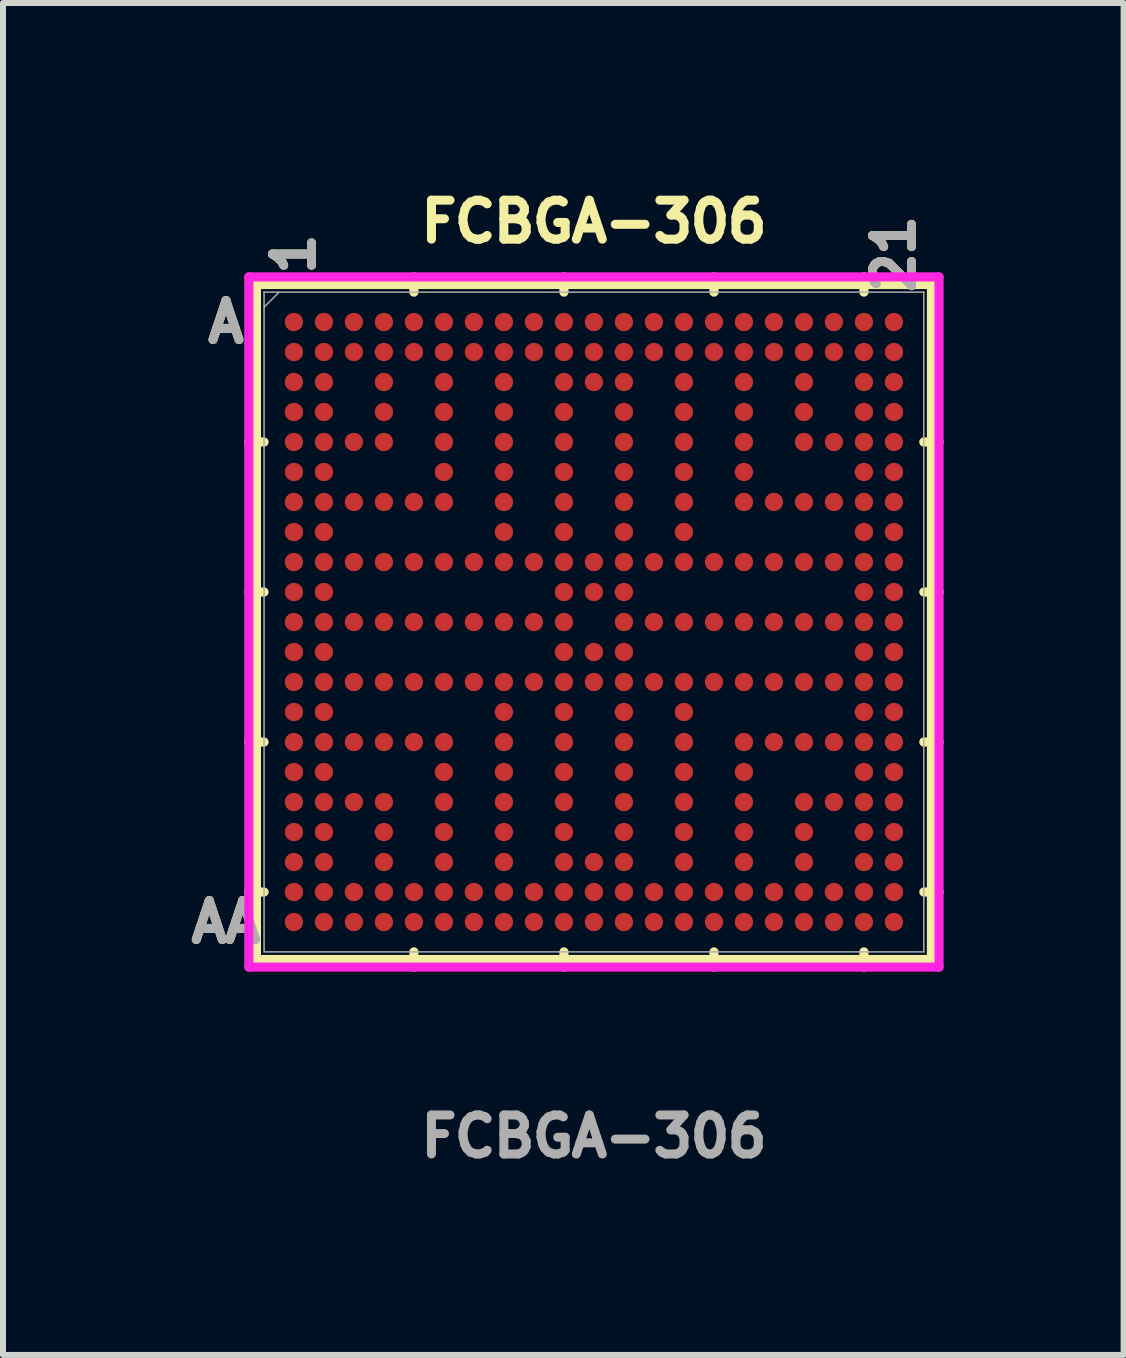
<source format=kicad_pcb>
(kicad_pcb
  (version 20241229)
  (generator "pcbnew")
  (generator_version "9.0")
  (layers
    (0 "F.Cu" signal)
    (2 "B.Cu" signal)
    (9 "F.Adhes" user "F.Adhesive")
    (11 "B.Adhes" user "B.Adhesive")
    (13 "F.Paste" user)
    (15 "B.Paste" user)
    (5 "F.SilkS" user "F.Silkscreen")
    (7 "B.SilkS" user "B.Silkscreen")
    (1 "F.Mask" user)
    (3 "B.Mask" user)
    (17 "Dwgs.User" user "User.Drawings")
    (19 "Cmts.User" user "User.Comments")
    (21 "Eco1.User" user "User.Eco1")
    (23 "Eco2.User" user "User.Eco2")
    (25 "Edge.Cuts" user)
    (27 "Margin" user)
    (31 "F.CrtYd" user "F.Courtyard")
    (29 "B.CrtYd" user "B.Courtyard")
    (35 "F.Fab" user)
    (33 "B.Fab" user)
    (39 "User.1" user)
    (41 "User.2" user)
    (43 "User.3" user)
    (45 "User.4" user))
  (footprint "FCBGA-306"
    (layer "F.Cu")
    (at 6.851 7.319)
    (property "Reference" "FCBGA-306" (at 0 -6.675 0) (unlocked yes) (layer "F.SilkS") (effects (font (size 0.65 0.65) (thickness 0.15))))
    (attr smd)
    (fp_line (start -5.626 -5.626) (end -5.626 5.626) (stroke (width 0.152) (type solid)) (layer "F.SilkS"))
    (fp_line (start -5.626 5.626) (end 5.626 5.626) (stroke (width 0.152) (type solid)) (layer "F.SilkS"))
    (fp_line (start -5.499 -3.001) (end -5.753 -3.001) (stroke (width 0.152) (type solid)) (layer "F.SilkS"))
    (fp_line (start -5.499 -0.5) (end -5.753 -0.5) (stroke (width 0.152) (type solid)) (layer "F.SilkS"))
    (fp_line (start -5.499 2.001) (end -5.753 2.001) (stroke (width 0.152) (type solid)) (layer "F.SilkS"))
    (fp_line (start -5.499 4.501) (end -5.753 4.501) (stroke (width 0.152) (type solid)) (layer "F.SilkS"))
    (fp_line (start -3.001 -5.499) (end -3.001 -5.753) (stroke (width 0.152) (type solid)) (layer "F.SilkS"))
    (fp_line (start -3.001 5.499) (end -3.001 5.753) (stroke (width 0.152) (type solid)) (layer "F.SilkS"))
    (fp_line (start -0.5 -5.499) (end -0.5 -5.753) (stroke (width 0.152) (type solid)) (layer "F.SilkS"))
    (fp_line (start -0.5 5.499) (end -0.5 5.753) (stroke (width 0.152) (type solid)) (layer "F.SilkS"))
    (fp_line (start 2.001 -5.499) (end 2.001 -5.753) (stroke (width 0.152) (type solid)) (layer "F.SilkS"))
    (fp_line (start 2.001 5.499) (end 2.001 5.753) (stroke (width 0.152) (type solid)) (layer "F.SilkS"))
    (fp_line (start 4.501 -5.499) (end 4.501 -5.753) (stroke (width 0.152) (type solid)) (layer "F.SilkS"))
    (fp_line (start 4.501 5.499) (end 4.501 5.753) (stroke (width 0.152) (type solid)) (layer "F.SilkS"))
    (fp_line (start 5.499 -3.001) (end 5.753 -3.001) (stroke (width 0.152) (type solid)) (layer "F.SilkS"))
    (fp_line (start 5.499 -0.5) (end 5.753 -0.5) (stroke (width 0.152) (type solid)) (layer "F.SilkS"))
    (fp_line (start 5.499 2.001) (end 5.753 2.001) (stroke (width 0.152) (type solid)) (layer "F.SilkS"))
    (fp_line (start 5.499 4.501) (end 5.753 4.501) (stroke (width 0.152) (type solid)) (layer "F.SilkS"))
    (fp_line (start 5.626 -5.626) (end -5.626 -5.626) (stroke (width 0.152) (type solid)) (layer "F.SilkS"))
    (fp_line (start 5.626 5.626) (end 5.626 -5.626) (stroke (width 0.152) (type solid)) (layer "F.SilkS"))
    (fp_line (start -5.753 -5.753) (end 5.753 -5.753) (stroke (width 0.152) (type solid)) (layer "F.CrtYd"))
    (fp_line (start -5.753 5.753) (end -5.753 -5.753) (stroke (width 0.152) (type solid)) (layer "F.CrtYd"))
    (fp_line (start 5.753 -5.753) (end 5.753 5.753) (stroke (width 0.152) (type solid)) (layer "F.CrtYd"))
    (fp_line (start 5.753 5.753) (end -5.753 5.753) (stroke (width 0.152) (type solid)) (layer "F.CrtYd"))
    (fp_line (start -5.499 -5.499) (end -5.499 5.499) (stroke (width 0.025) (type solid)) (layer "F.Fab"))
    (fp_line (start -5.499 5.499) (end 5.499 5.499) (stroke (width 0.025) (type solid)) (layer "F.Fab"))
    (fp_line (start -5.249 -5.499) (end -5.499 -5.249) (stroke (width 0.025) (type solid)) (layer "F.Fab"))
    (fp_line (start 5.499 -5.499) (end -5.499 -5.499) (stroke (width 0.025) (type solid)) (layer "F.Fab"))
    (fp_line (start 5.499 5.499) (end 5.499 -5.499) (stroke (width 0.025) (type solid)) (layer "F.Fab"))
    (fp_text user "A" (at -6.134 -5.001 0) (unlocked yes) (layer "F.SilkS") (effects (font (size 0.65 0.65) (thickness 0.15))))
    (fp_text user "1" (at -5.001 -6.134 90) (unlocked yes) (layer "F.SilkS") (effects (font (size 0.65 0.65) (thickness 0.15))))
    (fp_text user "21" (at 5.001 -6.134 90) (unlocked yes) (layer "F.SilkS") (effects (font (size 0.65 0.65) (thickness 0.15))))
    (fp_text user "AA" (at -6.134 5.001 0) (unlocked yes) (layer "F.SilkS") (effects (font (size 0.65 0.65) (thickness 0.15))))
    (fp_text user "AA" (at -6.134 5.001 0) (unlocked yes) (layer "F.Fab") (effects (font (size 0.65 0.65) (thickness 0.15))))
    (fp_text user "21" (at 5.001 -6.134 90) (unlocked yes) (layer "F.Fab") (effects (font (size 0.65 0.65) (thickness 0.15))))
    (fp_text user "${REFERENCE}" (at 0 8.575 0) (unlocked yes) (layer "F.Fab") (effects (font (size 0.65 0.65) (thickness 0.15))))
    (fp_text user "1" (at -5.001 -6.134 90) (unlocked yes) (layer "F.Fab") (effects (font (size 0.65 0.65) (thickness 0.15))))
    (fp_text user "A" (at -6.134 -5.001 0) (unlocked yes) (layer "F.Fab") (effects (font (size 0.65 0.65) (thickness 0.15))))
    (pad "A1" smd circle (at -5.001 -5.001) (size 0.305 0.305) (layers "F.Cu" "F.Mask" "F.Paste"))
    (pad "A2" smd circle (at -4.501 -5.001) (size 0.305 0.305) (layers "F.Cu" "F.Mask" "F.Paste"))
    (pad "A3" smd circle (at -4.001 -5.001) (size 0.305 0.305) (layers "F.Cu" "F.Mask" "F.Paste"))
    (pad "A4" smd circle (at -3.501 -5.001) (size 0.305 0.305) (layers "F.Cu" "F.Mask" "F.Paste"))
    (pad "A5" smd circle (at -3.001 -5.001) (size 0.305 0.305) (layers "F.Cu" "F.Mask" "F.Paste"))
    (pad "A6" smd circle (at -2.501 -5.001) (size 0.305 0.305) (layers "F.Cu" "F.Mask" "F.Paste"))
    (pad "A7" smd circle (at -2.001 -5.001) (size 0.305 0.305) (layers "F.Cu" "F.Mask" "F.Paste"))
    (pad "A8" smd circle (at -1.5 -5.001) (size 0.305 0.305) (layers "F.Cu" "F.Mask" "F.Paste"))
    (pad "A9" smd circle (at -1 -5.001) (size 0.305 0.305) (layers "F.Cu" "F.Mask" "F.Paste"))
    (pad "A10" smd circle (at -0.5 -5.001) (size 0.305 0.305) (layers "F.Cu" "F.Mask" "F.Paste"))
    (pad "A11" smd circle (at 0 -5.001) (size 0.305 0.305) (layers "F.Cu" "F.Mask" "F.Paste"))
    (pad "A12" smd circle (at 0.5 -5.001) (size 0.305 0.305) (layers "F.Cu" "F.Mask" "F.Paste"))
    (pad "A13" smd circle (at 1 -5.001) (size 0.305 0.305) (layers "F.Cu" "F.Mask" "F.Paste"))
    (pad "A14" smd circle (at 1.5 -5.001) (size 0.305 0.305) (layers "F.Cu" "F.Mask" "F.Paste"))
    (pad "A15" smd circle (at 2.001 -5.001) (size 0.305 0.305) (layers "F.Cu" "F.Mask" "F.Paste"))
    (pad "A16" smd circle (at 2.501 -5.001) (size 0.305 0.305) (layers "F.Cu" "F.Mask" "F.Paste"))
    (pad "A17" smd circle (at 3.001 -5.001) (size 0.305 0.305) (layers "F.Cu" "F.Mask" "F.Paste"))
    (pad "A18" smd circle (at 3.501 -5.001) (size 0.305 0.305) (layers "F.Cu" "F.Mask" "F.Paste"))
    (pad "A19" smd circle (at 4.001 -5.001) (size 0.305 0.305) (layers "F.Cu" "F.Mask" "F.Paste"))
    (pad "A20" smd circle (at 4.501 -5.001) (size 0.305 0.305) (layers "F.Cu" "F.Mask" "F.Paste"))
    (pad "A21" smd circle (at 5.001 -5.001) (size 0.305 0.305) (layers "F.Cu" "F.Mask" "F.Paste"))
    (pad "AA1" smd circle (at -5.001 5.001) (size 0.305 0.305) (layers "F.Cu" "F.Mask" "F.Paste"))
    (pad "AA2" smd circle (at -4.501 5.001) (size 0.305 0.305) (layers "F.Cu" "F.Mask" "F.Paste"))
    (pad "AA3" smd circle (at -4.001 5.001) (size 0.305 0.305) (layers "F.Cu" "F.Mask" "F.Paste"))
    (pad "AA4" smd circle (at -3.501 5.001) (size 0.305 0.305) (layers "F.Cu" "F.Mask" "F.Paste"))
    (pad "AA5" smd circle (at -3.001 5.001) (size 0.305 0.305) (layers "F.Cu" "F.Mask" "F.Paste"))
    (pad "AA6" smd circle (at -2.501 5.001) (size 0.305 0.305) (layers "F.Cu" "F.Mask" "F.Paste"))
    (pad "AA7" smd circle (at -2.001 5.001) (size 0.305 0.305) (layers "F.Cu" "F.Mask" "F.Paste"))
    (pad "AA8" smd circle (at -1.5 5.001) (size 0.305 0.305) (layers "F.Cu" "F.Mask" "F.Paste"))
    (pad "AA9" smd circle (at -1 5.001) (size 0.305 0.305) (layers "F.Cu" "F.Mask" "F.Paste"))
    (pad "AA10" smd circle (at -0.5 5.001) (size 0.305 0.305) (layers "F.Cu" "F.Mask" "F.Paste"))
    (pad "AA11" smd circle (at 0 5.001) (size 0.305 0.305) (layers "F.Cu" "F.Mask" "F.Paste"))
    (pad "AA12" smd circle (at 0.5 5.001) (size 0.305 0.305) (layers "F.Cu" "F.Mask" "F.Paste"))
    (pad "AA13" smd circle (at 1 5.001) (size 0.305 0.305) (layers "F.Cu" "F.Mask" "F.Paste"))
    (pad "AA14" smd circle (at 1.5 5.001) (size 0.305 0.305) (layers "F.Cu" "F.Mask" "F.Paste"))
    (pad "AA15" smd circle (at 2.001 5.001) (size 0.305 0.305) (layers "F.Cu" "F.Mask" "F.Paste"))
    (pad "AA16" smd circle (at 2.501 5.001) (size 0.305 0.305) (layers "F.Cu" "F.Mask" "F.Paste"))
    (pad "AA17" smd circle (at 3.001 5.001) (size 0.305 0.305) (layers "F.Cu" "F.Mask" "F.Paste"))
    (pad "AA18" smd circle (at 3.501 5.001) (size 0.305 0.305) (layers "F.Cu" "F.Mask" "F.Paste"))
    (pad "AA19" smd circle (at 4.001 5.001) (size 0.305 0.305) (layers "F.Cu" "F.Mask" "F.Paste"))
    (pad "AA20" smd circle (at 4.501 5.001) (size 0.305 0.305) (layers "F.Cu" "F.Mask" "F.Paste"))
    (pad "AA21" smd circle (at 5.001 5.001) (size 0.305 0.305) (layers "F.Cu" "F.Mask" "F.Paste"))
    (pad "B1" smd circle (at -5.001 -4.501) (size 0.305 0.305) (layers "F.Cu" "F.Mask" "F.Paste"))
    (pad "B2" smd circle (at -4.501 -4.501) (size 0.305 0.305) (layers "F.Cu" "F.Mask" "F.Paste"))
    (pad "B3" smd circle (at -4.001 -4.501) (size 0.305 0.305) (layers "F.Cu" "F.Mask" "F.Paste"))
    (pad "B4" smd circle (at -3.501 -4.501) (size 0.305 0.305) (layers "F.Cu" "F.Mask" "F.Paste"))
    (pad "B5" smd circle (at -3.001 -4.501) (size 0.305 0.305) (layers "F.Cu" "F.Mask" "F.Paste"))
    (pad "B6" smd circle (at -2.501 -4.501) (size 0.305 0.305) (layers "F.Cu" "F.Mask" "F.Paste"))
    (pad "B7" smd circle (at -2.001 -4.501) (size 0.305 0.305) (layers "F.Cu" "F.Mask" "F.Paste"))
    (pad "B8" smd circle (at -1.5 -4.501) (size 0.305 0.305) (layers "F.Cu" "F.Mask" "F.Paste"))
    (pad "B9" smd circle (at -1 -4.501) (size 0.305 0.305) (layers "F.Cu" "F.Mask" "F.Paste"))
    (pad "B10" smd circle (at -0.5 -4.501) (size 0.305 0.305) (layers "F.Cu" "F.Mask" "F.Paste"))
    (pad "B11" smd circle (at 0 -4.501) (size 0.305 0.305) (layers "F.Cu" "F.Mask" "F.Paste"))
    (pad "B12" smd circle (at 0.5 -4.501) (size 0.305 0.305) (layers "F.Cu" "F.Mask" "F.Paste"))
    (pad "B13" smd circle (at 1 -4.501) (size 0.305 0.305) (layers "F.Cu" "F.Mask" "F.Paste"))
    (pad "B14" smd circle (at 1.5 -4.501) (size 0.305 0.305) (layers "F.Cu" "F.Mask" "F.Paste"))
    (pad "B15" smd circle (at 2.001 -4.501) (size 0.305 0.305) (layers "F.Cu" "F.Mask" "F.Paste"))
    (pad "B16" smd circle (at 2.501 -4.501) (size 0.305 0.305) (layers "F.Cu" "F.Mask" "F.Paste"))
    (pad "B17" smd circle (at 3.001 -4.501) (size 0.305 0.305) (layers "F.Cu" "F.Mask" "F.Paste"))
    (pad "B18" smd circle (at 3.501 -4.501) (size 0.305 0.305) (layers "F.Cu" "F.Mask" "F.Paste"))
    (pad "B19" smd circle (at 4.001 -4.501) (size 0.305 0.305) (layers "F.Cu" "F.Mask" "F.Paste"))
    (pad "B20" smd circle (at 4.501 -4.501) (size 0.305 0.305) (layers "F.Cu" "F.Mask" "F.Paste"))
    (pad "B21" smd circle (at 5.001 -4.501) (size 0.305 0.305) (layers "F.Cu" "F.Mask" "F.Paste"))
    (pad "C1" smd circle (at -5.001 -4.001) (size 0.305 0.305) (layers "F.Cu" "F.Mask" "F.Paste"))
    (pad "C2" smd circle (at -4.501 -4.001) (size 0.305 0.305) (layers "F.Cu" "F.Mask" "F.Paste"))
    (pad "C4" smd circle (at -3.501 -4.001) (size 0.305 0.305) (layers "F.Cu" "F.Mask" "F.Paste"))
    (pad "C6" smd circle (at -2.501 -4.001) (size 0.305 0.305) (layers "F.Cu" "F.Mask" "F.Paste"))
    (pad "C8" smd circle (at -1.5 -4.001) (size 0.305 0.305) (layers "F.Cu" "F.Mask" "F.Paste"))
    (pad "C10" smd circle (at -0.5 -4.001) (size 0.305 0.305) (layers "F.Cu" "F.Mask" "F.Paste"))
    (pad "C11" smd circle (at 0 -4.001) (size 0.305 0.305) (layers "F.Cu" "F.Mask" "F.Paste"))
    (pad "C12" smd circle (at 0.5 -4.001) (size 0.305 0.305) (layers "F.Cu" "F.Mask" "F.Paste"))
    (pad "C14" smd circle (at 1.5 -4.001) (size 0.305 0.305) (layers "F.Cu" "F.Mask" "F.Paste"))
    (pad "C16" smd circle (at 2.501 -4.001) (size 0.305 0.305) (layers "F.Cu" "F.Mask" "F.Paste"))
    (pad "C18" smd circle (at 3.501 -4.001) (size 0.305 0.305) (layers "F.Cu" "F.Mask" "F.Paste"))
    (pad "C20" smd circle (at 4.501 -4.001) (size 0.305 0.305) (layers "F.Cu" "F.Mask" "F.Paste"))
    (pad "C21" smd circle (at 5.001 -4.001) (size 0.305 0.305) (layers "F.Cu" "F.Mask" "F.Paste"))
    (pad "D1" smd circle (at -5.001 -3.501) (size 0.305 0.305) (layers "F.Cu" "F.Mask" "F.Paste"))
    (pad "D2" smd circle (at -4.501 -3.501) (size 0.305 0.305) (layers "F.Cu" "F.Mask" "F.Paste"))
    (pad "D4" smd circle (at -3.501 -3.501) (size 0.305 0.305) (layers "F.Cu" "F.Mask" "F.Paste"))
    (pad "D6" smd circle (at -2.501 -3.501) (size 0.305 0.305) (layers "F.Cu" "F.Mask" "F.Paste"))
    (pad "D8" smd circle (at -1.5 -3.501) (size 0.305 0.305) (layers "F.Cu" "F.Mask" "F.Paste"))
    (pad "D10" smd circle (at -0.5 -3.501) (size 0.305 0.305) (layers "F.Cu" "F.Mask" "F.Paste"))
    (pad "D12" smd circle (at 0.5 -3.501) (size 0.305 0.305) (layers "F.Cu" "F.Mask" "F.Paste"))
    (pad "D14" smd circle (at 1.5 -3.501) (size 0.305 0.305) (layers "F.Cu" "F.Mask" "F.Paste"))
    (pad "D16" smd circle (at 2.501 -3.501) (size 0.305 0.305) (layers "F.Cu" "F.Mask" "F.Paste"))
    (pad "D18" smd circle (at 3.501 -3.501) (size 0.305 0.305) (layers "F.Cu" "F.Mask" "F.Paste"))
    (pad "D20" smd circle (at 4.501 -3.501) (size 0.305 0.305) (layers "F.Cu" "F.Mask" "F.Paste"))
    (pad "D21" smd circle (at 5.001 -3.501) (size 0.305 0.305) (layers "F.Cu" "F.Mask" "F.Paste"))
    (pad "E1" smd circle (at -5.001 -3.001) (size 0.305 0.305) (layers "F.Cu" "F.Mask" "F.Paste"))
    (pad "E2" smd circle (at -4.501 -3.001) (size 0.305 0.305) (layers "F.Cu" "F.Mask" "F.Paste"))
    (pad "E3" smd circle (at -4.001 -3.001) (size 0.305 0.305) (layers "F.Cu" "F.Mask" "F.Paste"))
    (pad "E4" smd circle (at -3.501 -3.001) (size 0.305 0.305) (layers "F.Cu" "F.Mask" "F.Paste"))
    (pad "E6" smd circle (at -2.501 -3.001) (size 0.305 0.305) (layers "F.Cu" "F.Mask" "F.Paste"))
    (pad "E8" smd circle (at -1.5 -3.001) (size 0.305 0.305) (layers "F.Cu" "F.Mask" "F.Paste"))
    (pad "E10" smd circle (at -0.5 -3.001) (size 0.305 0.305) (layers "F.Cu" "F.Mask" "F.Paste"))
    (pad "E12" smd circle (at 0.5 -3.001) (size 0.305 0.305) (layers "F.Cu" "F.Mask" "F.Paste"))
    (pad "E14" smd circle (at 1.5 -3.001) (size 0.305 0.305) (layers "F.Cu" "F.Mask" "F.Paste"))
    (pad "E16" smd circle (at 2.501 -3.001) (size 0.305 0.305) (layers "F.Cu" "F.Mask" "F.Paste"))
    (pad "E18" smd circle (at 3.501 -3.001) (size 0.305 0.305) (layers "F.Cu" "F.Mask" "F.Paste"))
    (pad "E19" smd circle (at 4.001 -3.001) (size 0.305 0.305) (layers "F.Cu" "F.Mask" "F.Paste"))
    (pad "E20" smd circle (at 4.501 -3.001) (size 0.305 0.305) (layers "F.Cu" "F.Mask" "F.Paste"))
    (pad "E21" smd circle (at 5.001 -3.001) (size 0.305 0.305) (layers "F.Cu" "F.Mask" "F.Paste"))
    (pad "F1" smd circle (at -5.001 -2.501) (size 0.305 0.305) (layers "F.Cu" "F.Mask" "F.Paste"))
    (pad "F2" smd circle (at -4.501 -2.501) (size 0.305 0.305) (layers "F.Cu" "F.Mask" "F.Paste"))
    (pad "F6" smd circle (at -2.501 -2.501) (size 0.305 0.305) (layers "F.Cu" "F.Mask" "F.Paste"))
    (pad "F8" smd circle (at -1.5 -2.501) (size 0.305 0.305) (layers "F.Cu" "F.Mask" "F.Paste"))
    (pad "F10" smd circle (at -0.5 -2.501) (size 0.305 0.305) (layers "F.Cu" "F.Mask" "F.Paste"))
    (pad "F12" smd circle (at 0.5 -2.501) (size 0.305 0.305) (layers "F.Cu" "F.Mask" "F.Paste"))
    (pad "F14" smd circle (at 1.5 -2.501) (size 0.305 0.305) (layers "F.Cu" "F.Mask" "F.Paste"))
    (pad "F16" smd circle (at 2.501 -2.501) (size 0.305 0.305) (layers "F.Cu" "F.Mask" "F.Paste"))
    (pad "F20" smd circle (at 4.501 -2.501) (size 0.305 0.305) (layers "F.Cu" "F.Mask" "F.Paste"))
    (pad "F21" smd circle (at 5.001 -2.501) (size 0.305 0.305) (layers "F.Cu" "F.Mask" "F.Paste"))
    (pad "G1" smd circle (at -5.001 -2.001) (size 0.305 0.305) (layers "F.Cu" "F.Mask" "F.Paste"))
    (pad "G2" smd circle (at -4.501 -2.001) (size 0.305 0.305) (layers "F.Cu" "F.Mask" "F.Paste"))
    (pad "G3" smd circle (at -4.001 -2.001) (size 0.305 0.305) (layers "F.Cu" "F.Mask" "F.Paste"))
    (pad "G4" smd circle (at -3.501 -2.001) (size 0.305 0.305) (layers "F.Cu" "F.Mask" "F.Paste"))
    (pad "G5" smd circle (at -3.001 -2.001) (size 0.305 0.305) (layers "F.Cu" "F.Mask" "F.Paste"))
    (pad "G6" smd circle (at -2.501 -2.001) (size 0.305 0.305) (layers "F.Cu" "F.Mask" "F.Paste"))
    (pad "G8" smd circle (at -1.5 -2.001) (size 0.305 0.305) (layers "F.Cu" "F.Mask" "F.Paste"))
    (pad "G10" smd circle (at -0.5 -2.001) (size 0.305 0.305) (layers "F.Cu" "F.Mask" "F.Paste"))
    (pad "G12" smd circle (at 0.5 -2.001) (size 0.305 0.305) (layers "F.Cu" "F.Mask" "F.Paste"))
    (pad "G14" smd circle (at 1.5 -2.001) (size 0.305 0.305) (layers "F.Cu" "F.Mask" "F.Paste"))
    (pad "G16" smd circle (at 2.501 -2.001) (size 0.305 0.305) (layers "F.Cu" "F.Mask" "F.Paste"))
    (pad "G17" smd circle (at 3.001 -2.001) (size 0.305 0.305) (layers "F.Cu" "F.Mask" "F.Paste"))
    (pad "G18" smd circle (at 3.501 -2.001) (size 0.305 0.305) (layers "F.Cu" "F.Mask" "F.Paste"))
    (pad "G19" smd circle (at 4.001 -2.001) (size 0.305 0.305) (layers "F.Cu" "F.Mask" "F.Paste"))
    (pad "G20" smd circle (at 4.501 -2.001) (size 0.305 0.305) (layers "F.Cu" "F.Mask" "F.Paste"))
    (pad "G21" smd circle (at 5.001 -2.001) (size 0.305 0.305) (layers "F.Cu" "F.Mask" "F.Paste"))
    (pad "H1" smd circle (at -5.001 -1.5) (size 0.305 0.305) (layers "F.Cu" "F.Mask" "F.Paste"))
    (pad "H2" smd circle (at -4.501 -1.5) (size 0.305 0.305) (layers "F.Cu" "F.Mask" "F.Paste"))
    (pad "H8" smd circle (at -1.5 -1.5) (size 0.305 0.305) (layers "F.Cu" "F.Mask" "F.Paste"))
    (pad "H10" smd circle (at -0.5 -1.5) (size 0.305 0.305) (layers "F.Cu" "F.Mask" "F.Paste"))
    (pad "H12" smd circle (at 0.5 -1.5) (size 0.305 0.305) (layers "F.Cu" "F.Mask" "F.Paste"))
    (pad "H14" smd circle (at 1.5 -1.5) (size 0.305 0.305) (layers "F.Cu" "F.Mask" "F.Paste"))
    (pad "H20" smd circle (at 4.501 -1.5) (size 0.305 0.305) (layers "F.Cu" "F.Mask" "F.Paste"))
    (pad "H21" smd circle (at 5.001 -1.5) (size 0.305 0.305) (layers "F.Cu" "F.Mask" "F.Paste"))
    (pad "J1" smd circle (at -5.001 -1) (size 0.305 0.305) (layers "F.Cu" "F.Mask" "F.Paste"))
    (pad "J2" smd circle (at -4.501 -1) (size 0.305 0.305) (layers "F.Cu" "F.Mask" "F.Paste"))
    (pad "J3" smd circle (at -4.001 -1) (size 0.305 0.305) (layers "F.Cu" "F.Mask" "F.Paste"))
    (pad "J4" smd circle (at -3.501 -1) (size 0.305 0.305) (layers "F.Cu" "F.Mask" "F.Paste"))
    (pad "J5" smd circle (at -3.001 -1) (size 0.305 0.305) (layers "F.Cu" "F.Mask" "F.Paste"))
    (pad "J6" smd circle (at -2.501 -1) (size 0.305 0.305) (layers "F.Cu" "F.Mask" "F.Paste"))
    (pad "J7" smd circle (at -2.001 -1) (size 0.305 0.305) (layers "F.Cu" "F.Mask" "F.Paste"))
    (pad "J8" smd circle (at -1.5 -1) (size 0.305 0.305) (layers "F.Cu" "F.Mask" "F.Paste"))
    (pad "J9" smd circle (at -1 -1) (size 0.305 0.305) (layers "F.Cu" "F.Mask" "F.Paste"))
    (pad "J10" smd circle (at -0.5 -1) (size 0.305 0.305) (layers "F.Cu" "F.Mask" "F.Paste"))
    (pad "J11" smd circle (at 0 -1) (size 0.305 0.305) (layers "F.Cu" "F.Mask" "F.Paste"))
    (pad "J12" smd circle (at 0.5 -1) (size 0.305 0.305) (layers "F.Cu" "F.Mask" "F.Paste"))
    (pad "J13" smd circle (at 1 -1) (size 0.305 0.305) (layers "F.Cu" "F.Mask" "F.Paste"))
    (pad "J14" smd circle (at 1.5 -1) (size 0.305 0.305) (layers "F.Cu" "F.Mask" "F.Paste"))
    (pad "J15" smd circle (at 2.001 -1) (size 0.305 0.305) (layers "F.Cu" "F.Mask" "F.Paste"))
    (pad "J16" smd circle (at 2.501 -1) (size 0.305 0.305) (layers "F.Cu" "F.Mask" "F.Paste"))
    (pad "J17" smd circle (at 3.001 -1) (size 0.305 0.305) (layers "F.Cu" "F.Mask" "F.Paste"))
    (pad "J18" smd circle (at 3.501 -1) (size 0.305 0.305) (layers "F.Cu" "F.Mask" "F.Paste"))
    (pad "J19" smd circle (at 4.001 -1) (size 0.305 0.305) (layers "F.Cu" "F.Mask" "F.Paste"))
    (pad "J20" smd circle (at 4.501 -1) (size 0.305 0.305) (layers "F.Cu" "F.Mask" "F.Paste"))
    (pad "J21" smd circle (at 5.001 -1) (size 0.305 0.305) (layers "F.Cu" "F.Mask" "F.Paste"))
    (pad "K1" smd circle (at -5.001 -0.5) (size 0.305 0.305) (layers "F.Cu" "F.Mask" "F.Paste"))
    (pad "K2" smd circle (at -4.501 -0.5) (size 0.305 0.305) (layers "F.Cu" "F.Mask" "F.Paste"))
    (pad "K10" smd circle (at -0.5 -0.5) (size 0.305 0.305) (layers "F.Cu" "F.Mask" "F.Paste"))
    (pad "K11" smd circle (at 0 -0.5) (size 0.305 0.305) (layers "F.Cu" "F.Mask" "F.Paste"))
    (pad "K12" smd circle (at 0.5 -0.5) (size 0.305 0.305) (layers "F.Cu" "F.Mask" "F.Paste"))
    (pad "K20" smd circle (at 4.501 -0.5) (size 0.305 0.305) (layers "F.Cu" "F.Mask" "F.Paste"))
    (pad "K21" smd circle (at 5.001 -0.5) (size 0.305 0.305) (layers "F.Cu" "F.Mask" "F.Paste"))
    (pad "L1" smd circle (at -5.001 0) (size 0.305 0.305) (layers "F.Cu" "F.Mask" "F.Paste"))
    (pad "L2" smd circle (at -4.501 0) (size 0.305 0.305) (layers "F.Cu" "F.Mask" "F.Paste"))
    (pad "L3" smd circle (at -4.001 0) (size 0.305 0.305) (layers "F.Cu" "F.Mask" "F.Paste"))
    (pad "L4" smd circle (at -3.501 0) (size 0.305 0.305) (layers "F.Cu" "F.Mask" "F.Paste"))
    (pad "L5" smd circle (at -3.001 0) (size 0.305 0.305) (layers "F.Cu" "F.Mask" "F.Paste"))
    (pad "L6" smd circle (at -2.501 0) (size 0.305 0.305) (layers "F.Cu" "F.Mask" "F.Paste"))
    (pad "L7" smd circle (at -2.001 0) (size 0.305 0.305) (layers "F.Cu" "F.Mask" "F.Paste"))
    (pad "L8" smd circle (at -1.5 0) (size 0.305 0.305) (layers "F.Cu" "F.Mask" "F.Paste"))
    (pad "L9" smd circle (at -1 0) (size 0.305 0.305) (layers "F.Cu" "F.Mask" "F.Paste"))
    (pad "L10" smd circle (at -0.5 0) (size 0.305 0.305) (layers "F.Cu" "F.Mask" "F.Paste"))
    (pad "L12" smd circle (at 0.5 0) (size 0.305 0.305) (layers "F.Cu" "F.Mask" "F.Paste"))
    (pad "L13" smd circle (at 1 0) (size 0.305 0.305) (layers "F.Cu" "F.Mask" "F.Paste"))
    (pad "L14" smd circle (at 1.5 0) (size 0.305 0.305) (layers "F.Cu" "F.Mask" "F.Paste"))
    (pad "L15" smd circle (at 2.001 0) (size 0.305 0.305) (layers "F.Cu" "F.Mask" "F.Paste"))
    (pad "L16" smd circle (at 2.501 0) (size 0.305 0.305) (layers "F.Cu" "F.Mask" "F.Paste"))
    (pad "L17" smd circle (at 3.001 0) (size 0.305 0.305) (layers "F.Cu" "F.Mask" "F.Paste"))
    (pad "L18" smd circle (at 3.501 0) (size 0.305 0.305) (layers "F.Cu" "F.Mask" "F.Paste"))
    (pad "L19" smd circle (at 4.001 0) (size 0.305 0.305) (layers "F.Cu" "F.Mask" "F.Paste"))
    (pad "L20" smd circle (at 4.501 0) (size 0.305 0.305) (layers "F.Cu" "F.Mask" "F.Paste"))
    (pad "L21" smd circle (at 5.001 0) (size 0.305 0.305) (layers "F.Cu" "F.Mask" "F.Paste"))
    (pad "M1" smd circle (at -5.001 0.5) (size 0.305 0.305) (layers "F.Cu" "F.Mask" "F.Paste"))
    (pad "M2" smd circle (at -4.501 0.5) (size 0.305 0.305) (layers "F.Cu" "F.Mask" "F.Paste"))
    (pad "M10" smd circle (at -0.5 0.5) (size 0.305 0.305) (layers "F.Cu" "F.Mask" "F.Paste"))
    (pad "M11" smd circle (at 0 0.5) (size 0.305 0.305) (layers "F.Cu" "F.Mask" "F.Paste"))
    (pad "M12" smd circle (at 0.5 0.5) (size 0.305 0.305) (layers "F.Cu" "F.Mask" "F.Paste"))
    (pad "M20" smd circle (at 4.501 0.5) (size 0.305 0.305) (layers "F.Cu" "F.Mask" "F.Paste"))
    (pad "M21" smd circle (at 5.001 0.5) (size 0.305 0.305) (layers "F.Cu" "F.Mask" "F.Paste"))
    (pad "N1" smd circle (at -5.001 1) (size 0.305 0.305) (layers "F.Cu" "F.Mask" "F.Paste"))
    (pad "N2" smd circle (at -4.501 1) (size 0.305 0.305) (layers "F.Cu" "F.Mask" "F.Paste"))
    (pad "N3" smd circle (at -4.001 1) (size 0.305 0.305) (layers "F.Cu" "F.Mask" "F.Paste"))
    (pad "N4" smd circle (at -3.501 1) (size 0.305 0.305) (layers "F.Cu" "F.Mask" "F.Paste"))
    (pad "N5" smd circle (at -3.001 1) (size 0.305 0.305) (layers "F.Cu" "F.Mask" "F.Paste"))
    (pad "N6" smd circle (at -2.501 1) (size 0.305 0.305) (layers "F.Cu" "F.Mask" "F.Paste"))
    (pad "N7" smd circle (at -2.001 1) (size 0.305 0.305) (layers "F.Cu" "F.Mask" "F.Paste"))
    (pad "N8" smd circle (at -1.5 1) (size 0.305 0.305) (layers "F.Cu" "F.Mask" "F.Paste"))
    (pad "N9" smd circle (at -1 1) (size 0.305 0.305) (layers "F.Cu" "F.Mask" "F.Paste"))
    (pad "N10" smd circle (at -0.5 1) (size 0.305 0.305) (layers "F.Cu" "F.Mask" "F.Paste"))
    (pad "N11" smd circle (at 0 1) (size 0.305 0.305) (layers "F.Cu" "F.Mask" "F.Paste"))
    (pad "N12" smd circle (at 0.5 1) (size 0.305 0.305) (layers "F.Cu" "F.Mask" "F.Paste"))
    (pad "N13" smd circle (at 1 1) (size 0.305 0.305) (layers "F.Cu" "F.Mask" "F.Paste"))
    (pad "N14" smd circle (at 1.5 1) (size 0.305 0.305) (layers "F.Cu" "F.Mask" "F.Paste"))
    (pad "N15" smd circle (at 2.001 1) (size 0.305 0.305) (layers "F.Cu" "F.Mask" "F.Paste"))
    (pad "N16" smd circle (at 2.501 1) (size 0.305 0.305) (layers "F.Cu" "F.Mask" "F.Paste"))
    (pad "N17" smd circle (at 3.001 1) (size 0.305 0.305) (layers "F.Cu" "F.Mask" "F.Paste"))
    (pad "N18" smd circle (at 3.501 1) (size 0.305 0.305) (layers "F.Cu" "F.Mask" "F.Paste"))
    (pad "N19" smd circle (at 4.001 1) (size 0.305 0.305) (layers "F.Cu" "F.Mask" "F.Paste"))
    (pad "N20" smd circle (at 4.501 1) (size 0.305 0.305) (layers "F.Cu" "F.Mask" "F.Paste"))
    (pad "N21" smd circle (at 5.001 1) (size 0.305 0.305) (layers "F.Cu" "F.Mask" "F.Paste"))
    (pad "P1" smd circle (at -5.001 1.5) (size 0.305 0.305) (layers "F.Cu" "F.Mask" "F.Paste"))
    (pad "P2" smd circle (at -4.501 1.5) (size 0.305 0.305) (layers "F.Cu" "F.Mask" "F.Paste"))
    (pad "P8" smd circle (at -1.5 1.5) (size 0.305 0.305) (layers "F.Cu" "F.Mask" "F.Paste"))
    (pad "P10" smd circle (at -0.5 1.5) (size 0.305 0.305) (layers "F.Cu" "F.Mask" "F.Paste"))
    (pad "P12" smd circle (at 0.5 1.5) (size 0.305 0.305) (layers "F.Cu" "F.Mask" "F.Paste"))
    (pad "P14" smd circle (at 1.5 1.5) (size 0.305 0.305) (layers "F.Cu" "F.Mask" "F.Paste"))
    (pad "P20" smd circle (at 4.501 1.5) (size 0.305 0.305) (layers "F.Cu" "F.Mask" "F.Paste"))
    (pad "P21" smd circle (at 5.001 1.5) (size 0.305 0.305) (layers "F.Cu" "F.Mask" "F.Paste"))
    (pad "R1" smd circle (at -5.001 2.001) (size 0.305 0.305) (layers "F.Cu" "F.Mask" "F.Paste"))
    (pad "R2" smd circle (at -4.501 2.001) (size 0.305 0.305) (layers "F.Cu" "F.Mask" "F.Paste"))
    (pad "R3" smd circle (at -4.001 2.001) (size 0.305 0.305) (layers "F.Cu" "F.Mask" "F.Paste"))
    (pad "R4" smd circle (at -3.501 2.001) (size 0.305 0.305) (layers "F.Cu" "F.Mask" "F.Paste"))
    (pad "R5" smd circle (at -3.001 2.001) (size 0.305 0.305) (layers "F.Cu" "F.Mask" "F.Paste"))
    (pad "R6" smd circle (at -2.501 2.001) (size 0.305 0.305) (layers "F.Cu" "F.Mask" "F.Paste"))
    (pad "R8" smd circle (at -1.5 2.001) (size 0.305 0.305) (layers "F.Cu" "F.Mask" "F.Paste"))
    (pad "R10" smd circle (at -0.5 2.001) (size 0.305 0.305) (layers "F.Cu" "F.Mask" "F.Paste"))
    (pad "R12" smd circle (at 0.5 2.001) (size 0.305 0.305) (layers "F.Cu" "F.Mask" "F.Paste"))
    (pad "R14" smd circle (at 1.5 2.001) (size 0.305 0.305) (layers "F.Cu" "F.Mask" "F.Paste"))
    (pad "R16" smd circle (at 2.501 2.001) (size 0.305 0.305) (layers "F.Cu" "F.Mask" "F.Paste"))
    (pad "R17" smd circle (at 3.001 2.001) (size 0.305 0.305) (layers "F.Cu" "F.Mask" "F.Paste"))
    (pad "R18" smd circle (at 3.501 2.001) (size 0.305 0.305) (layers "F.Cu" "F.Mask" "F.Paste"))
    (pad "R19" smd circle (at 4.001 2.001) (size 0.305 0.305) (layers "F.Cu" "F.Mask" "F.Paste"))
    (pad "R20" smd circle (at 4.501 2.001) (size 0.305 0.305) (layers "F.Cu" "F.Mask" "F.Paste"))
    (pad "R21" smd circle (at 5.001 2.001) (size 0.305 0.305) (layers "F.Cu" "F.Mask" "F.Paste"))
    (pad "T1" smd circle (at -5.001 2.501) (size 0.305 0.305) (layers "F.Cu" "F.Mask" "F.Paste"))
    (pad "T2" smd circle (at -4.501 2.501) (size 0.305 0.305) (layers "F.Cu" "F.Mask" "F.Paste"))
    (pad "T6" smd circle (at -2.501 2.501) (size 0.305 0.305) (layers "F.Cu" "F.Mask" "F.Paste"))
    (pad "T8" smd circle (at -1.5 2.501) (size 0.305 0.305) (layers "F.Cu" "F.Mask" "F.Paste"))
    (pad "T10" smd circle (at -0.5 2.501) (size 0.305 0.305) (layers "F.Cu" "F.Mask" "F.Paste"))
    (pad "T12" smd circle (at 0.5 2.501) (size 0.305 0.305) (layers "F.Cu" "F.Mask" "F.Paste"))
    (pad "T14" smd circle (at 1.5 2.501) (size 0.305 0.305) (layers "F.Cu" "F.Mask" "F.Paste"))
    (pad "T16" smd circle (at 2.501 2.501) (size 0.305 0.305) (layers "F.Cu" "F.Mask" "F.Paste"))
    (pad "T20" smd circle (at 4.501 2.501) (size 0.305 0.305) (layers "F.Cu" "F.Mask" "F.Paste"))
    (pad "T21" smd circle (at 5.001 2.501) (size 0.305 0.305) (layers "F.Cu" "F.Mask" "F.Paste"))
    (pad "U1" smd circle (at -5.001 3.001) (size 0.305 0.305) (layers "F.Cu" "F.Mask" "F.Paste"))
    (pad "U2" smd circle (at -4.501 3.001) (size 0.305 0.305) (layers "F.Cu" "F.Mask" "F.Paste"))
    (pad "U3" smd circle (at -4.001 3.001) (size 0.305 0.305) (layers "F.Cu" "F.Mask" "F.Paste"))
    (pad "U4" smd circle (at -3.501 3.001) (size 0.305 0.305) (layers "F.Cu" "F.Mask" "F.Paste"))
    (pad "U6" smd circle (at -2.501 3.001) (size 0.305 0.305) (layers "F.Cu" "F.Mask" "F.Paste"))
    (pad "U8" smd circle (at -1.5 3.001) (size 0.305 0.305) (layers "F.Cu" "F.Mask" "F.Paste"))
    (pad "U10" smd circle (at -0.5 3.001) (size 0.305 0.305) (layers "F.Cu" "F.Mask" "F.Paste"))
    (pad "U12" smd circle (at 0.5 3.001) (size 0.305 0.305) (layers "F.Cu" "F.Mask" "F.Paste"))
    (pad "U14" smd circle (at 1.5 3.001) (size 0.305 0.305) (layers "F.Cu" "F.Mask" "F.Paste"))
    (pad "U16" smd circle (at 2.501 3.001) (size 0.305 0.305) (layers "F.Cu" "F.Mask" "F.Paste"))
    (pad "U18" smd circle (at 3.501 3.001) (size 0.305 0.305) (layers "F.Cu" "F.Mask" "F.Paste"))
    (pad "U19" smd circle (at 4.001 3.001) (size 0.305 0.305) (layers "F.Cu" "F.Mask" "F.Paste"))
    (pad "U20" smd circle (at 4.501 3.001) (size 0.305 0.305) (layers "F.Cu" "F.Mask" "F.Paste"))
    (pad "U21" smd circle (at 5.001 3.001) (size 0.305 0.305) (layers "F.Cu" "F.Mask" "F.Paste"))
    (pad "V1" smd circle (at -5.001 3.501) (size 0.305 0.305) (layers "F.Cu" "F.Mask" "F.Paste"))
    (pad "V2" smd circle (at -4.501 3.501) (size 0.305 0.305) (layers "F.Cu" "F.Mask" "F.Paste"))
    (pad "V4" smd circle (at -3.501 3.501) (size 0.305 0.305) (layers "F.Cu" "F.Mask" "F.Paste"))
    (pad "V6" smd circle (at -2.501 3.501) (size 0.305 0.305) (layers "F.Cu" "F.Mask" "F.Paste"))
    (pad "V8" smd circle (at -1.5 3.501) (size 0.305 0.305) (layers "F.Cu" "F.Mask" "F.Paste"))
    (pad "V10" smd circle (at -0.5 3.501) (size 0.305 0.305) (layers "F.Cu" "F.Mask" "F.Paste"))
    (pad "V12" smd circle (at 0.5 3.501) (size 0.305 0.305) (layers "F.Cu" "F.Mask" "F.Paste"))
    (pad "V14" smd circle (at 1.5 3.501) (size 0.305 0.305) (layers "F.Cu" "F.Mask" "F.Paste"))
    (pad "V16" smd circle (at 2.501 3.501) (size 0.305 0.305) (layers "F.Cu" "F.Mask" "F.Paste"))
    (pad "V18" smd circle (at 3.501 3.501) (size 0.305 0.305) (layers "F.Cu" "F.Mask" "F.Paste"))
    (pad "V20" smd circle (at 4.501 3.501) (size 0.305 0.305) (layers "F.Cu" "F.Mask" "F.Paste"))
    (pad "V21" smd circle (at 5.001 3.501) (size 0.305 0.305) (layers "F.Cu" "F.Mask" "F.Paste"))
    (pad "W1" smd circle (at -5.001 4.001) (size 0.305 0.305) (layers "F.Cu" "F.Mask" "F.Paste"))
    (pad "W2" smd circle (at -4.501 4.001) (size 0.305 0.305) (layers "F.Cu" "F.Mask" "F.Paste"))
    (pad "W4" smd circle (at -3.501 4.001) (size 0.305 0.305) (layers "F.Cu" "F.Mask" "F.Paste"))
    (pad "W6" smd circle (at -2.501 4.001) (size 0.305 0.305) (layers "F.Cu" "F.Mask" "F.Paste"))
    (pad "W8" smd circle (at -1.5 4.001) (size 0.305 0.305) (layers "F.Cu" "F.Mask" "F.Paste"))
    (pad "W10" smd circle (at -0.5 4.001) (size 0.305 0.305) (layers "F.Cu" "F.Mask" "F.Paste"))
    (pad "W11" smd circle (at 0 4.001) (size 0.305 0.305) (layers "F.Cu" "F.Mask" "F.Paste"))
    (pad "W12" smd circle (at 0.5 4.001) (size 0.305 0.305) (layers "F.Cu" "F.Mask" "F.Paste"))
    (pad "W14" smd circle (at 1.5 4.001) (size 0.305 0.305) (layers "F.Cu" "F.Mask" "F.Paste"))
    (pad "W16" smd circle (at 2.501 4.001) (size 0.305 0.305) (layers "F.Cu" "F.Mask" "F.Paste"))
    (pad "W18" smd circle (at 3.501 4.001) (size 0.305 0.305) (layers "F.Cu" "F.Mask" "F.Paste"))
    (pad "W20" smd circle (at 4.501 4.001) (size 0.305 0.305) (layers "F.Cu" "F.Mask" "F.Paste"))
    (pad "W21" smd circle (at 5.001 4.001) (size 0.305 0.305) (layers "F.Cu" "F.Mask" "F.Paste"))
    (pad "Y1" smd circle (at -5.001 4.501) (size 0.305 0.305) (layers "F.Cu" "F.Mask" "F.Paste"))
    (pad "Y2" smd circle (at -4.501 4.501) (size 0.305 0.305) (layers "F.Cu" "F.Mask" "F.Paste"))
    (pad "Y3" smd circle (at -4.001 4.501) (size 0.305 0.305) (layers "F.Cu" "F.Mask" "F.Paste"))
    (pad "Y4" smd circle (at -3.501 4.501) (size 0.305 0.305) (layers "F.Cu" "F.Mask" "F.Paste"))
    (pad "Y5" smd circle (at -3.001 4.501) (size 0.305 0.305) (layers "F.Cu" "F.Mask" "F.Paste"))
    (pad "Y6" smd circle (at -2.501 4.501) (size 0.305 0.305) (layers "F.Cu" "F.Mask" "F.Paste"))
    (pad "Y7" smd circle (at -2.001 4.501) (size 0.305 0.305) (layers "F.Cu" "F.Mask" "F.Paste"))
    (pad "Y8" smd circle (at -1.5 4.501) (size 0.305 0.305) (layers "F.Cu" "F.Mask" "F.Paste"))
    (pad "Y9" smd circle (at -1 4.501) (size 0.305 0.305) (layers "F.Cu" "F.Mask" "F.Paste"))
    (pad "Y10" smd circle (at -0.5 4.501) (size 0.305 0.305) (layers "F.Cu" "F.Mask" "F.Paste"))
    (pad "Y11" smd circle (at 0 4.501) (size 0.305 0.305) (layers "F.Cu" "F.Mask" "F.Paste"))
    (pad "Y12" smd circle (at 0.5 4.501) (size 0.305 0.305) (layers "F.Cu" "F.Mask" "F.Paste"))
    (pad "Y13" smd circle (at 1 4.501) (size 0.305 0.305) (layers "F.Cu" "F.Mask" "F.Paste"))
    (pad "Y14" smd circle (at 1.5 4.501) (size 0.305 0.305) (layers "F.Cu" "F.Mask" "F.Paste"))
    (pad "Y15" smd circle (at 2.001 4.501) (size 0.305 0.305) (layers "F.Cu" "F.Mask" "F.Paste"))
    (pad "Y16" smd circle (at 2.501 4.501) (size 0.305 0.305) (layers "F.Cu" "F.Mask" "F.Paste"))
    (pad "Y17" smd circle (at 3.001 4.501) (size 0.305 0.305) (layers "F.Cu" "F.Mask" "F.Paste"))
    (pad "Y18" smd circle (at 3.501 4.501) (size 0.305 0.305) (layers "F.Cu" "F.Mask" "F.Paste"))
    (pad "Y19" smd circle (at 4.001 4.501) (size 0.305 0.305) (layers "F.Cu" "F.Mask" "F.Paste"))
    (pad "Y20" smd circle (at 4.501 4.501) (size 0.305 0.305) (layers "F.Cu" "F.Mask" "F.Paste"))
    (pad "Y21" smd circle (at 5.001 4.501) (size 0.305 0.305) (layers "F.Cu" "F.Mask" "F.Paste")))
  (gr_rect
    (start -3 -3)
    (end 15.681 19.537)
    (stroke (width 0.1) (type default))
    (fill no)
    (layer "Edge.Cuts")))
</source>
